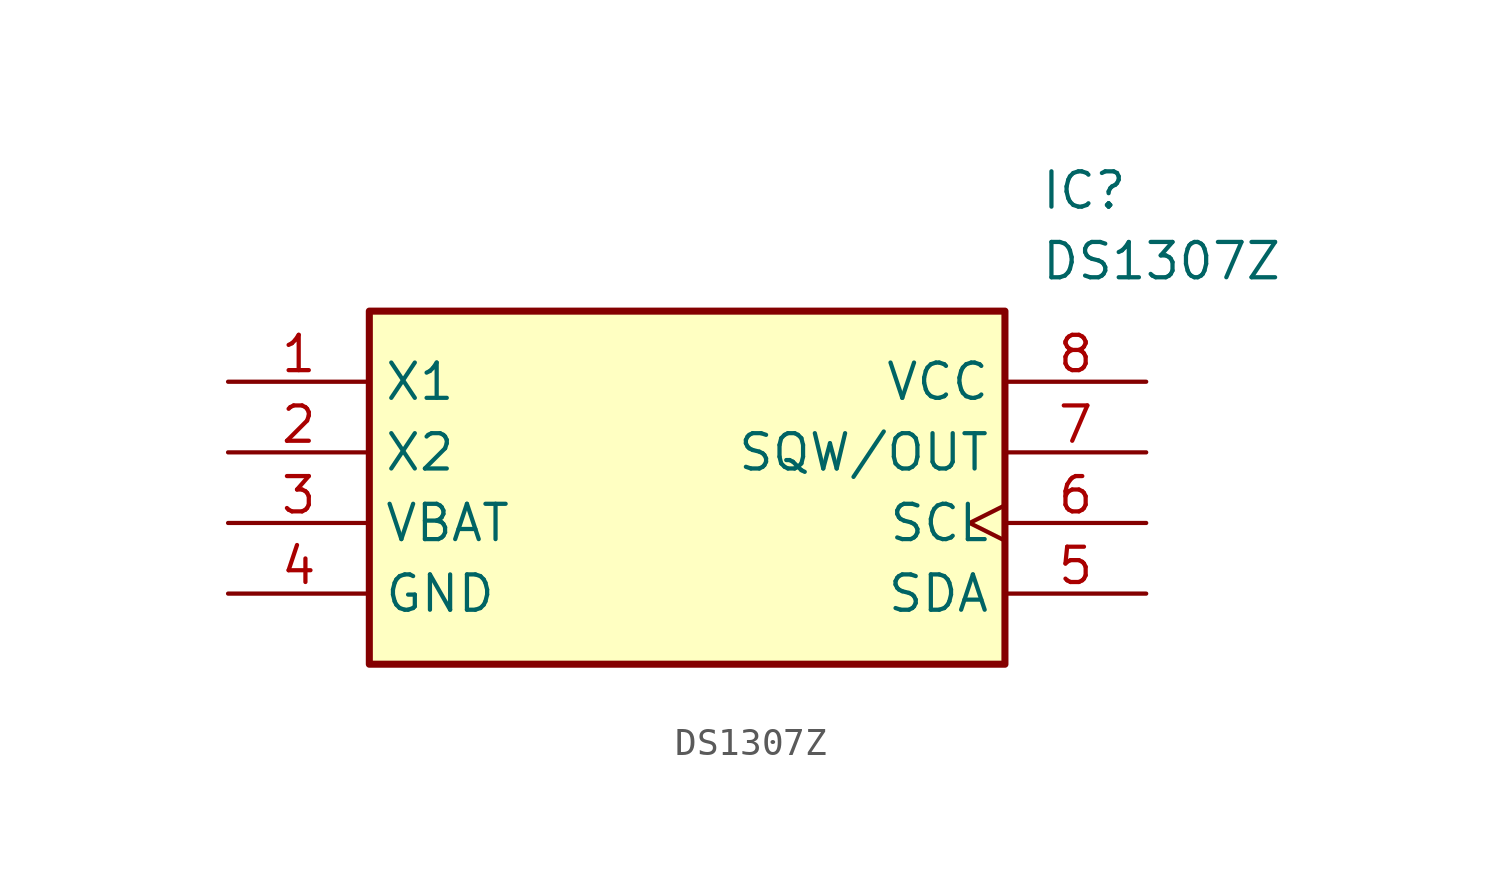
<source format=kicad_sym>
(kicad_symbol_lib
  (version 20241209)
  (generator "kicad_symbol_editor")
  (generator_version "9.0")
  (symbol "DS1307Z"
    (property "Reference" "IC"
      (at 29.21 7.62 0)
      (effects (font (size 1.27 1.27)) (justify left top)))
    (property "Value" "DS1307Z"
      (at 29.21 5.08 0)
      (effects (font (size 1.27 1.27)) (justify left top)))
    (symbol "DS1307Z_1_1"
      (rectangle (start 5.08 2.54) (end 27.94 -10.16) (stroke (width 0.254) (type default)) (fill (type background)))
      (pin passive line (at 0 0 0) (length 5.08) (name "X1" (effects (font (size 1.27 1.27)))) (number "1" (effects (font (size 1.27 1.27)))))
      (pin passive line (at 0 -2.54 0) (length 5.08) (name "X2" (effects (font (size 1.27 1.27)))) (number "2" (effects (font (size 1.27 1.27)))))
      (pin power_in line (at 0 -5.08 0) (length 5.08) (name "VBAT" (effects (font (size 1.27 1.27)))) (number "3" (effects (font (size 1.27 1.27)))))
      (pin power_in line (at 0 -7.62 0) (length 5.08) (name "GND" (effects (font (size 1.27 1.27)))) (number "4" (effects (font (size 1.27 1.27)))))
      (pin power_in line (at 33.02 0 180) (length 5.08) (name "VCC" (effects (font (size 1.27 1.27)))) (number "8" (effects (font (size 1.27 1.27)))))
      (pin open_collector line (at 33.02 -2.54 180) (length 5.08) (name "SQW/OUT" (effects (font (size 1.27 1.27)))) (number "7" (effects (font (size 1.27 1.27)))))
      (pin input clock (at 33.02 -5.08 180) (length 5.08) (name "SCL" (effects (font (size 1.27 1.27)))) (number "6" (effects (font (size 1.27 1.27)))))
      (pin open_collector line (at 33.02 -7.62 180) (length 5.08) (name "SDA" (effects (font (size 1.27 1.27)))) (number "5" (effects (font (size 1.27 1.27))))))))
</source>
